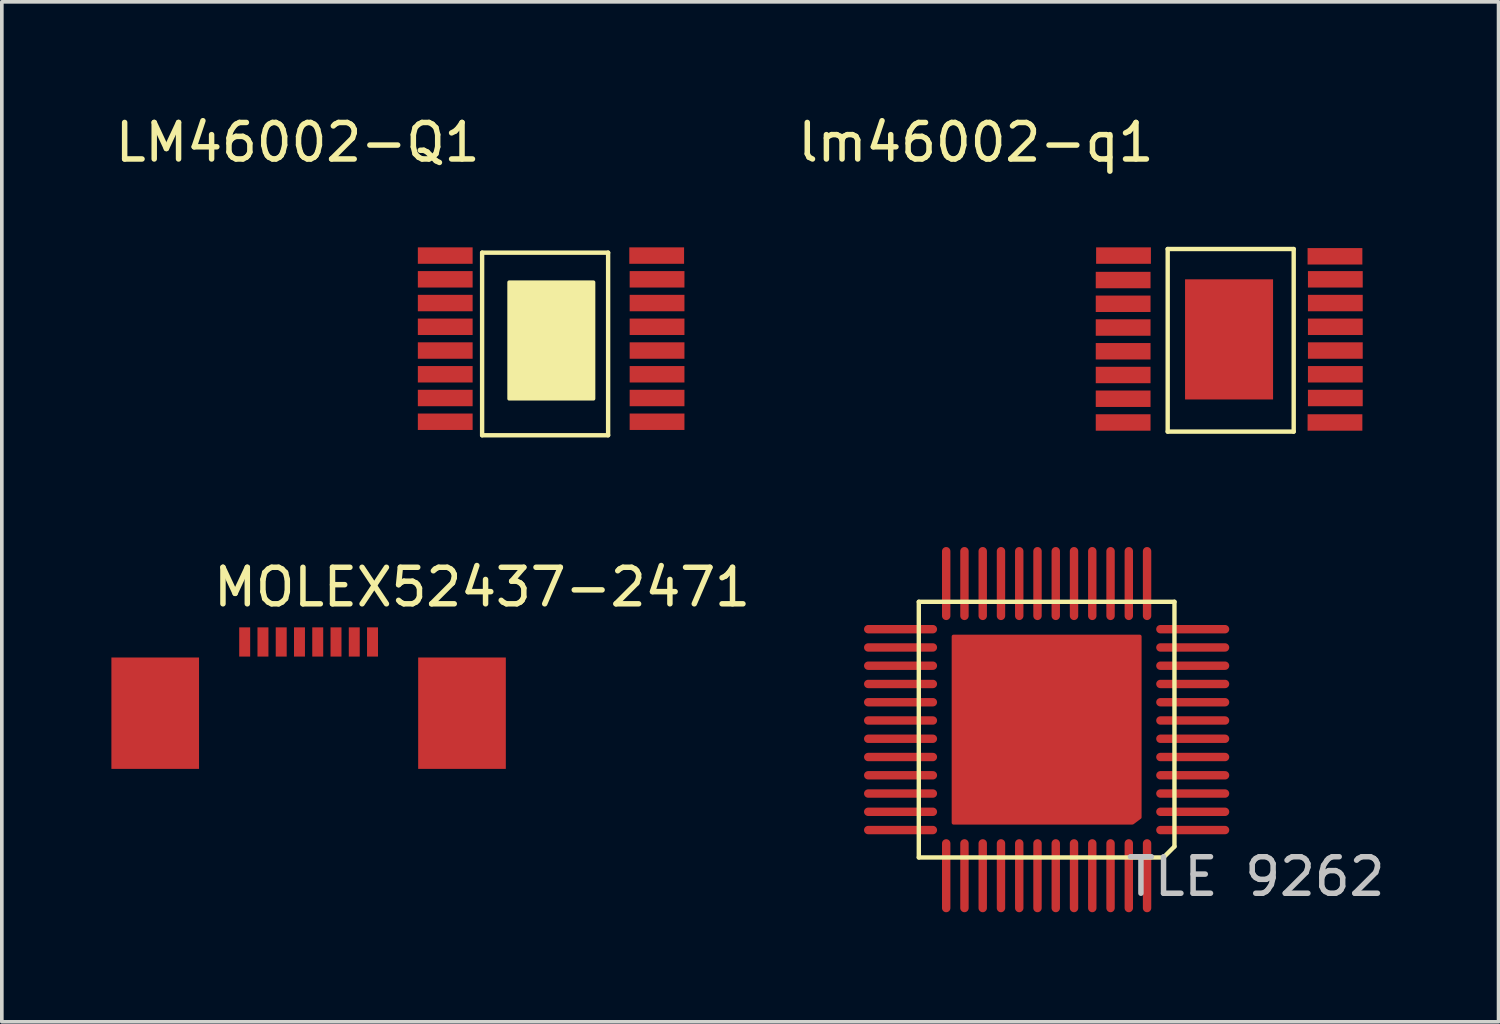
<source format=kicad_pcb>
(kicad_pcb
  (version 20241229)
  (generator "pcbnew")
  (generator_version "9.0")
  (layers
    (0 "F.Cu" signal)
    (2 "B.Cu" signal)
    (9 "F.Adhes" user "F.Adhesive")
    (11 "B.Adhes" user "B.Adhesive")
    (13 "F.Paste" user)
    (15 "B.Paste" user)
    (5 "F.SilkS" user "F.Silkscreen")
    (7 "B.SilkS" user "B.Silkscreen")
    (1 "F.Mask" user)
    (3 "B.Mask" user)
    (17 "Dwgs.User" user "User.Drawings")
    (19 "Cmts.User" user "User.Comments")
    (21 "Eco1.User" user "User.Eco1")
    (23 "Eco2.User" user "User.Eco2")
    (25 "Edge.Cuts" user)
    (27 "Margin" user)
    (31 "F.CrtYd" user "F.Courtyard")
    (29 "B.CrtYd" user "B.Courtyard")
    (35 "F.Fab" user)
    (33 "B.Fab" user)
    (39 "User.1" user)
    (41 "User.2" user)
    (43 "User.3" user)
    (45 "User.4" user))
  (footprint "LM46002-Q1"
    (layer "F.Cu")
    (at 9.131 3.968)
    (property "Reference" "LM46002-Q1" (at -4.03 -3.12 0) (layer "F.SilkS") (effects (font (size 1 1) (thickness 0.15))))
    (attr through_hole)
    (fp_line (start 1.02 -0.1) (end 4.47 -0.1) (stroke (width 0.12) (type solid)) (layer "F.SilkS"))
    (fp_line (start 1.02 4.9) (end 1.02 -0.1) (stroke (width 0.12) (type solid)) (layer "F.SilkS"))
    (fp_line (start 4.47 -0.1) (end 4.47 4.9) (stroke (width 0.12) (type solid)) (layer "F.SilkS"))
    (fp_line (start 4.47 4.9) (end 1.02 4.9) (stroke (width 0.12) (type solid)) (layer "F.SilkS"))
    (fp_poly (pts (xy 1.76 0.71) (xy 4.07 0.71) (xy 4.07 3.9) (xy 1.76 3.9)) (stroke (width 0.1) (type solid)) (fill yes) (layer "F.SilkS"))
    (pad "1" smd rect (at 0.01 -0.02) (size 1.5 0.45) (layers "F.Cu" "F.Mask" "F.Paste"))
    (pad "2" smd rect (at 0.01 0.63) (size 1.5 0.45) (layers "F.Cu" "F.Mask" "F.Paste"))
    (pad "3" smd rect (at 0.01 1.28) (size 1.5 0.45) (layers "F.Cu" "F.Mask" "F.Paste"))
    (pad "4" smd rect (at 0.01 1.93) (size 1.5 0.45) (layers "F.Cu" "F.Mask" "F.Paste"))
    (pad "5" smd rect (at 0.01 2.58) (size 1.5 0.45) (layers "F.Cu" "F.Mask" "F.Paste"))
    (pad "6" smd rect (at 0.01 3.23) (size 1.5 0.45) (layers "F.Cu" "F.Mask" "F.Paste"))
    (pad "7" smd rect (at 0.01 3.88) (size 1.5 0.45) (layers "F.Cu" "F.Mask" "F.Paste"))
    (pad "8" smd rect (at 0.01 4.53) (size 1.5 0.45) (layers "F.Cu" "F.Mask" "F.Paste"))
    (pad "9" smd rect (at 5.81 4.53) (size 1.5 0.45) (layers "F.Cu" "F.Mask" "F.Paste"))
    (pad "10" smd rect (at 5.81 3.88) (size 1.5 0.45) (layers "F.Cu" "F.Mask" "F.Paste"))
    (pad "11" smd rect (at 5.81 3.23) (size 1.5 0.45) (layers "F.Cu" "F.Mask" "F.Paste"))
    (pad "12" smd rect (at 5.81 2.58) (size 1.5 0.45) (layers "F.Cu" "F.Mask" "F.Paste"))
    (pad "13" smd rect (at 5.81 1.93) (size 1.5 0.45) (layers "F.Cu" "F.Mask" "F.Paste"))
    (pad "14" smd rect (at 5.81 1.28) (size 1.5 0.45) (layers "F.Cu" "F.Mask" "F.Paste"))
    (pad "15" smd rect (at 5.81 0.63) (size 1.5 0.45) (layers "F.Cu" "F.Mask" "F.Paste"))
    (pad "16" smd rect (at 5.8 -0.02) (size 1.5 0.45) (layers "F.Cu" "F.Mask" "F.Paste")))
  (footprint "lm46002-q1"
    (layer "F.Cu")
    (at 27.703 3.968)
    (property "Reference" "lm46002-q1" (at -4.03 -3.12 0) (layer "F.SilkS") (effects (font (size 1 1) (thickness 0.15))))
    (attr through_hole)
    (fp_line (start 1.22 -0.2) (end 4.67 -0.2) (stroke (width 0.12) (type solid)) (layer "F.SilkS"))
    (fp_line (start 1.22 4.8) (end 1.22 -0.2) (stroke (width 0.12) (type solid)) (layer "F.SilkS"))
    (fp_line (start 4.67 -0.2) (end 4.67 4.8) (stroke (width 0.12) (type solid)) (layer "F.SilkS"))
    (fp_line (start 4.67 4.8) (end 1.22 4.8) (stroke (width 0.12) (type solid)) (layer "F.SilkS"))
    (pad "0" smd rect (at 2.9 2.275) (size 2.41 3.29) (layers "F.Cu" "F.Mask" "F.Paste"))
    (pad "1" smd rect (at 0.01 -0.02) (size 1.5 0.45) (layers "F.Cu" "F.Mask" "F.Paste"))
    (pad "2" smd rect (at 0 0.65) (size 1.5 0.45) (layers "F.Cu" "F.Mask" "F.Paste"))
    (pad "3" smd rect (at 0 1.3) (size 1.5 0.45) (layers "F.Cu" "F.Mask" "F.Paste"))
    (pad "4" smd rect (at 0 1.95) (size 1.5 0.45) (layers "F.Cu" "F.Mask" "F.Paste"))
    (pad "5" smd rect (at 0 2.6) (size 1.5 0.45) (layers "F.Cu" "F.Mask" "F.Paste"))
    (pad "6" smd rect (at 0 3.25) (size 1.5 0.45) (layers "F.Cu" "F.Mask" "F.Paste"))
    (pad "7" smd rect (at 0 3.9) (size 1.5 0.45) (layers "F.Cu" "F.Mask" "F.Paste"))
    (pad "8" smd rect (at 0 4.55) (size 1.5 0.45) (layers "F.Cu" "F.Mask" "F.Paste"))
    (pad "9" smd rect (at 5.8 4.55) (size 1.5 0.45) (layers "F.Cu" "F.Mask" "F.Paste"))
    (pad "10" smd rect (at 5.81 3.88) (size 1.5 0.45) (layers "F.Cu" "F.Mask" "F.Paste"))
    (pad "11" smd rect (at 5.81 3.23) (size 1.5 0.45) (layers "F.Cu" "F.Mask" "F.Paste"))
    (pad "12" smd rect (at 5.81 2.58) (size 1.5 0.45) (layers "F.Cu" "F.Mask" "F.Paste"))
    (pad "13" smd rect (at 5.81 1.93) (size 1.5 0.45) (layers "F.Cu" "F.Mask" "F.Paste"))
    (pad "14" smd rect (at 5.81 1.28) (size 1.5 0.45) (layers "F.Cu" "F.Mask" "F.Paste"))
    (pad "15" smd rect (at 5.81 0.63) (size 1.5 0.45) (layers "F.Cu" "F.Mask" "F.Paste"))
    (pad "16" smd rect (at 5.8 0) (size 1.5 0.45) (layers "F.Cu" "F.Mask" "F.Paste")))
  (footprint "TLE 9262"
    (layer "F.Cu")
    (at 30.608 19.178)
    (property "Reference" "TLE 9262" (at 0.725 1.775 0) (layer "Dwgs.User") (effects (font (size 1 1) (thickness 0.15))))
    (attr through_hole)
    (fp_poly (pts (xy -7.55 -4.8) (xy -7.55 0.3) (xy -2.65 0.3) (xy -2.45 0.15) (xy -2.45 -4.8)) (stroke (width 0.1) (type solid)) (fill yes) (layer "F.Cu"))
    (fp_line (start -8.5 -5.75) (end -1.5 -5.75) (stroke (width 0.12) (type solid)) (layer "F.SilkS"))
    (fp_line (start -8.5 1.25) (end -8.5 -5.75) (stroke (width 0.12) (type solid)) (layer "F.SilkS"))
    (fp_line (start -1.8 1.25) (end -8.5 1.25) (stroke (width 0.12) (type solid)) (layer "F.SilkS"))
    (fp_line (start -1.5 -5.75) (end -1.5 0.95) (stroke (width 0.12) (type solid)) (layer "F.SilkS"))
    (fp_line (start -1.5 0.95) (end -1.8 1.25) (stroke (width 0.12) (type solid)) (layer "F.SilkS"))
    (pad "1" smd oval (at -2.25 1.75) (size 0.23 2) (layers "F.Cu" "F.Mask" "F.Paste"))
    (pad "2" smd oval (at -2.75 1.75) (size 0.23 2) (layers "F.Cu" "F.Mask" "F.Paste"))
    (pad "3" smd oval (at -3.25 1.75) (size 0.23 2) (layers "F.Cu" "F.Mask" "F.Paste"))
    (pad "4" smd oval (at -3.75 1.75) (size 0.23 2) (layers "F.Cu" "F.Mask" "F.Paste"))
    (pad "5" smd oval (at -4.25 1.75) (size 0.23 2) (layers "F.Cu" "F.Mask" "F.Paste"))
    (pad "6" smd oval (at -4.75 1.75) (size 0.23 2) (layers "F.Cu" "F.Mask" "F.Paste"))
    (pad "7" smd oval (at -5.25 1.75) (size 0.23 2) (layers "F.Cu" "F.Mask" "F.Paste"))
    (pad "8" smd oval (at -5.75 1.75) (size 0.23 2) (layers "F.Cu" "F.Mask" "F.Paste"))
    (pad "9" smd oval (at -6.25 1.75) (size 0.23 2) (layers "F.Cu" "F.Mask" "F.Paste"))
    (pad "10" smd oval (at -6.75 1.75) (size 0.23 2) (layers "F.Cu" "F.Mask" "F.Paste"))
    (pad "11" smd oval (at -7.25 1.75) (size 0.23 2) (layers "F.Cu" "F.Mask" "F.Paste"))
    (pad "12" smd oval (at -7.75 1.75) (size 0.23 2) (layers "F.Cu" "F.Mask" "F.Paste"))
    (pad "13" smd oval (at -9 0.5 90) (size 0.23 2) (layers "F.Cu" "F.Mask" "F.Paste"))
    (pad "14" smd oval (at -9 0 90) (size 0.23 2) (layers "F.Cu" "F.Mask" "F.Paste"))
    (pad "15" smd oval (at -9 -0.5 90) (size 0.23 2) (layers "F.Cu" "F.Mask" "F.Paste"))
    (pad "16" smd oval (at -9 -1 90) (size 0.23 2) (layers "F.Cu" "F.Mask" "F.Paste"))
    (pad "17" smd oval (at -9 -1.5 90) (size 0.23 2) (layers "F.Cu" "F.Mask" "F.Paste"))
    (pad "18" smd oval (at -9 -2 90) (size 0.23 2) (layers "F.Cu" "F.Mask" "F.Paste"))
    (pad "19" smd oval (at -9 -2.5 90) (size 0.23 2) (layers "F.Cu" "F.Mask" "F.Paste"))
    (pad "20" smd oval (at -9 -3 90) (size 0.23 2) (layers "F.Cu" "F.Mask" "F.Paste"))
    (pad "21" smd oval (at -9 -3.5 90) (size 0.23 2) (layers "F.Cu" "F.Mask" "F.Paste"))
    (pad "22" smd oval (at -9 -4 90) (size 0.23 2) (layers "F.Cu" "F.Mask" "F.Paste"))
    (pad "23" smd oval (at -9 -4.5 90) (size 0.23 2) (layers "F.Cu" "F.Mask" "F.Paste"))
    (pad "24" smd oval (at -9 -5 90) (size 0.23 2) (layers "F.Cu" "F.Mask" "F.Paste"))
    (pad "25" smd oval (at -7.75 -6.25 180) (size 0.23 2) (layers "F.Cu" "F.Mask" "F.Paste"))
    (pad "26" smd oval (at -7.25 -6.25 180) (size 0.23 2) (layers "F.Cu" "F.Mask" "F.Paste"))
    (pad "27" smd oval (at -6.75 -6.25 180) (size 0.23 2) (layers "F.Cu" "F.Mask" "F.Paste"))
    (pad "28" smd oval (at -6.25 -6.25 180) (size 0.23 2) (layers "F.Cu" "F.Mask" "F.Paste"))
    (pad "29" smd oval (at -5.75 -6.25 180) (size 0.23 2) (layers "F.Cu" "F.Mask" "F.Paste"))
    (pad "30" smd oval (at -5.25 -6.25 180) (size 0.23 2) (layers "F.Cu" "F.Mask" "F.Paste"))
    (pad "31" smd oval (at -4.75 -6.25 180) (size 0.23 2) (layers "F.Cu" "F.Mask" "F.Paste"))
    (pad "32" smd oval (at -4.25 -6.25 180) (size 0.23 2) (layers "F.Cu" "F.Mask" "F.Paste"))
    (pad "33" smd oval (at -3.75 -6.25 180) (size 0.23 2) (layers "F.Cu" "F.Mask" "F.Paste"))
    (pad "34" smd oval (at -3.25 -6.25 180) (size 0.23 2) (layers "F.Cu" "F.Mask" "F.Paste"))
    (pad "35" smd oval (at -2.75 -6.25 180) (size 0.23 2) (layers "F.Cu" "F.Mask" "F.Paste"))
    (pad "36" smd oval (at -2.25 -6.25 180) (size 0.23 2) (layers "F.Cu" "F.Mask" "F.Paste"))
    (pad "37" smd oval (at -1 -5 270) (size 0.23 2) (layers "F.Cu" "F.Mask" "F.Paste"))
    (pad "38" smd oval (at -1 -4.5 270) (size 0.23 2) (layers "F.Cu" "F.Mask" "F.Paste"))
    (pad "39" smd oval (at -1 -4 270) (size 0.23 2) (layers "F.Cu" "F.Mask" "F.Paste"))
    (pad "40" smd oval (at -1 -3.5 270) (size 0.23 2) (layers "F.Cu" "F.Mask" "F.Paste"))
    (pad "41" smd oval (at -1 -3 270) (size 0.23 2) (layers "F.Cu" "F.Mask" "F.Paste"))
    (pad "42" smd oval (at -1 -2.5 270) (size 0.23 2) (layers "F.Cu" "F.Mask" "F.Paste"))
    (pad "43" smd oval (at -1 -2 270) (size 0.23 2) (layers "F.Cu" "F.Mask" "F.Paste"))
    (pad "44" smd oval (at -1 -1.5 270) (size 0.23 2) (layers "F.Cu" "F.Mask" "F.Paste"))
    (pad "45" smd oval (at -1 -1 270) (size 0.23 2) (layers "F.Cu" "F.Mask" "F.Paste"))
    (pad "46" smd oval (at -1 -0.5 270) (size 0.23 2) (layers "F.Cu" "F.Mask" "F.Paste"))
    (pad "47" smd oval (at -1 0 270) (size 0.23 2) (layers "F.Cu" "F.Mask" "F.Paste"))
    (pad "48" smd oval (at -1 0.5 270) (size 0.23 2) (layers "F.Cu" "F.Mask" "F.Paste")))
  (footprint "MOLEX52437-2471"
    (layer "F.Cu")
    (at 14.59 12.178)
    (property "Reference" "MOLEX52437-2471" (at -4.44 0.85 0) (layer "F.SilkS") (effects (font (size 1 1) (thickness 0.15))))
    (attr through_hole)
    (pad "" smd custom (at -13.39 4.3) (size 2.4 3.05) (layers "F.Cu" "F.Mask" "F.Paste") (options (anchor rect)) (primitives))
    (pad "" smd custom (at -4.99 4.3) (size 2.4 3.05) (layers "F.Cu" "F.Mask" "F.Paste") (options (anchor rect)) (primitives))
    (pad "1" smd custom (at -10.94 2.35) (size 0.3 0.8) (layers "F.Cu" "F.Mask" "F.Paste") (options (anchor rect)) (primitives))
    (pad "2" smd custom (at -10.44 2.35) (size 0.3 0.8) (layers "F.Cu" "F.Mask" "F.Paste") (options (anchor rect)) (primitives))
    (pad "3" smd custom (at -9.94 2.35) (size 0.3 0.8) (layers "F.Cu" "F.Mask" "F.Paste") (options (anchor rect)) (primitives))
    (pad "4" smd custom (at -9.44 2.35) (size 0.3 0.8) (layers "F.Cu" "F.Mask" "F.Paste") (options (anchor rect)) (primitives))
    (pad "5" smd custom (at -8.94 2.35) (size 0.3 0.8) (layers "F.Cu" "F.Mask" "F.Paste") (options (anchor rect)) (primitives))
    (pad "6" smd custom (at -8.44 2.35) (size 0.3 0.8) (layers "F.Cu" "F.Mask" "F.Paste") (options (anchor rect)) (primitives))
    (pad "7" smd custom (at -7.94 2.35) (size 0.3 0.8) (layers "F.Cu" "F.Mask" "F.Paste") (options (anchor rect)) (primitives))
    (pad "8" smd custom (at -7.44 2.35) (size 0.3 0.8) (layers "F.Cu" "F.Mask" "F.Paste") (options (anchor rect)) (primitives)))
  (gr_rect
    (start -3 -3)
    (end 37.982 24.928)
    (stroke (width 0.1) (type default))
    (fill no)
    (layer "Edge.Cuts")))
</source>
